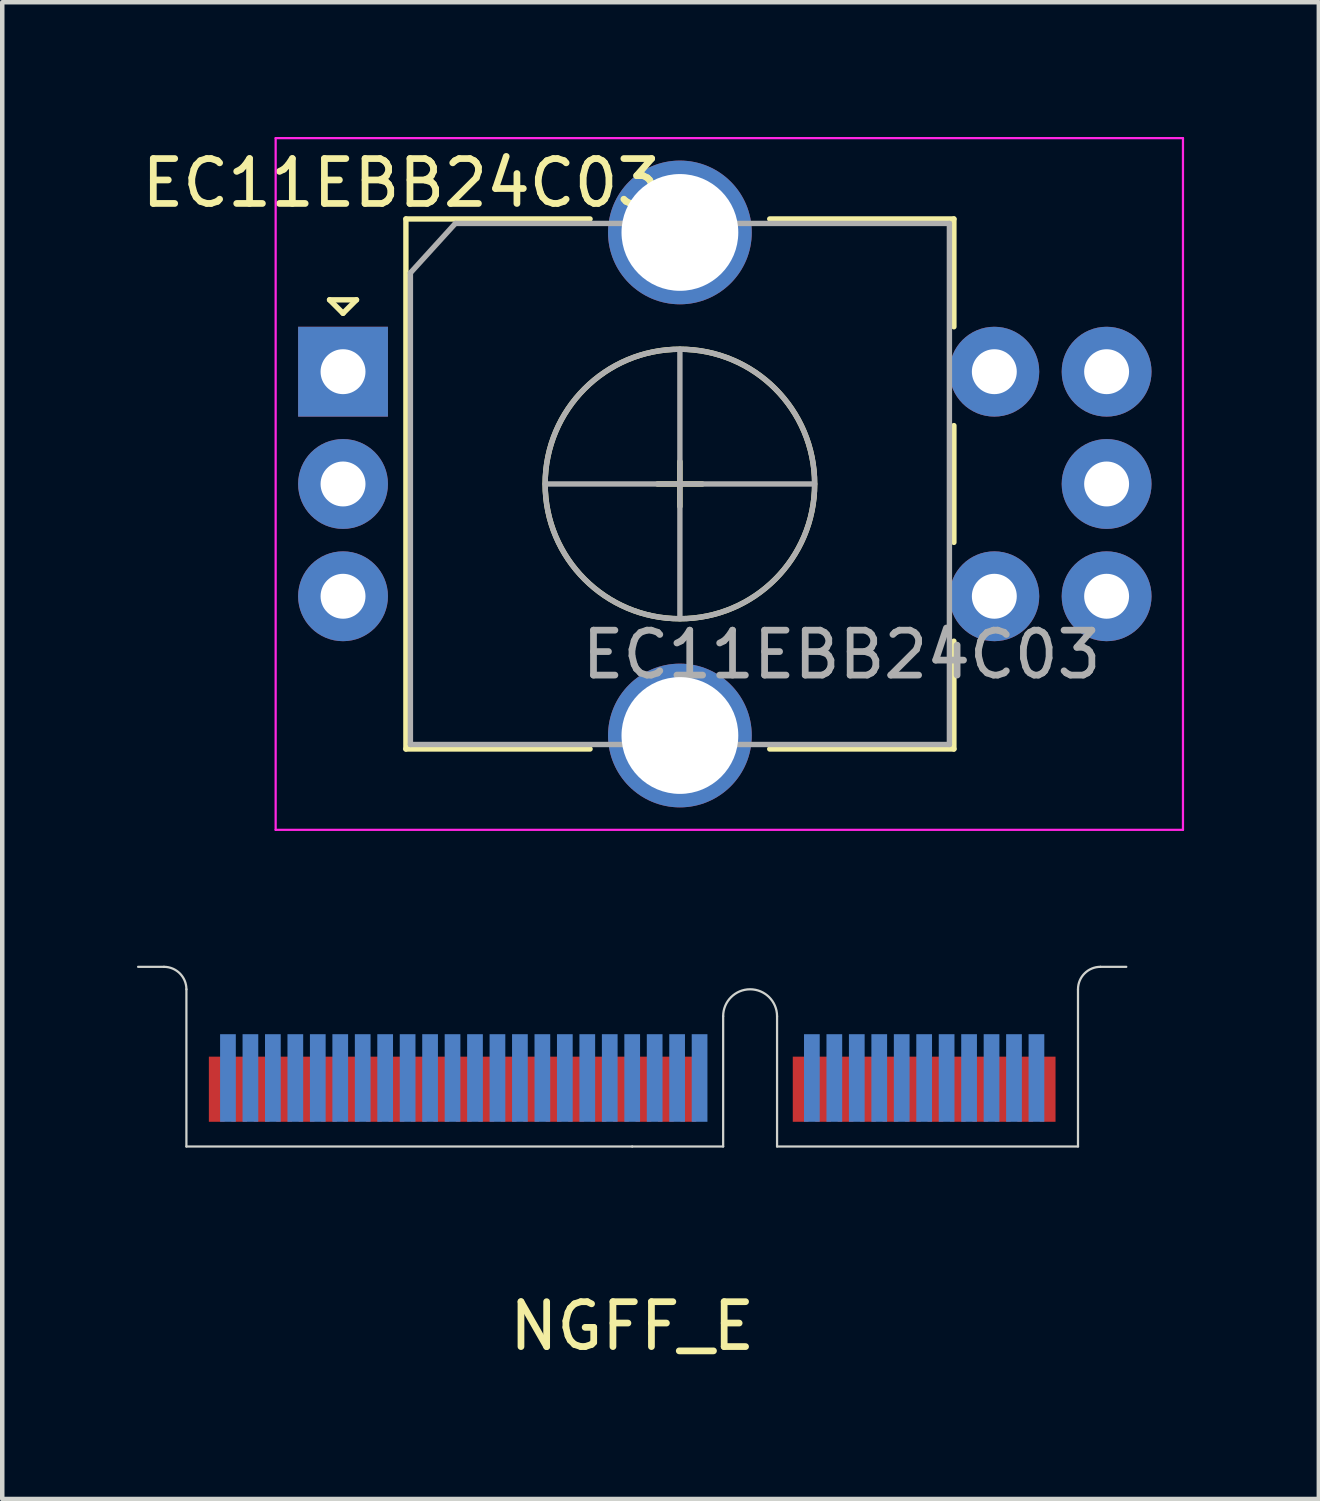
<source format=kicad_pcb>
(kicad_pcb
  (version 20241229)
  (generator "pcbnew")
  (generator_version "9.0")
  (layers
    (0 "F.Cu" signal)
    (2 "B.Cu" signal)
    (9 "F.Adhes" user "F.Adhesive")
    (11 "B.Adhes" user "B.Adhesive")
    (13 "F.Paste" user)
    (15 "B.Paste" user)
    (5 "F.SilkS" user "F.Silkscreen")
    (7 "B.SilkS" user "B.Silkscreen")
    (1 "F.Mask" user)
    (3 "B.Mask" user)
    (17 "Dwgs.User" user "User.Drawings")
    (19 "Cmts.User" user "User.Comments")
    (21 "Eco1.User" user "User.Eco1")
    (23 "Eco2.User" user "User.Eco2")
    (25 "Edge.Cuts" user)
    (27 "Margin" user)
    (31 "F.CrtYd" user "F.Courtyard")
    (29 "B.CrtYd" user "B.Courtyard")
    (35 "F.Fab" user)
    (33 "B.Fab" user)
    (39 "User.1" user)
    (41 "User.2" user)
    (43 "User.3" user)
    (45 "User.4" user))
  (footprint "NGFF_E"
    (layer "F.Cu")
    (at 11.025 22.475)
    (property "Reference" "NGFF_E" (at 0 4 0) (layer "F.SilkS") (effects (font (size 1 1) (thickness 0.15))))
    (attr smd)
    (fp_poly (pts (xy -9.925 0) (xy 2.025 0) (xy 2.025 -2) (xy -9.925 -2)) (stroke (width 0.1) (type solid)) (fill yes) (layer "F.Mask"))
    (fp_poly (pts (xy 3.225 0) (xy 9.925 0) (xy 9.925 -2) (xy 3.225 -2)) (stroke (width 0.1) (type solid)) (fill yes) (layer "F.Mask"))
    (fp_poly (pts (xy -9.925 0) (xy 2.025 0) (xy 2.025 -2.5) (xy -9.925 -2.5)) (stroke (width 0.1) (type solid)) (fill yes) (layer "B.Mask"))
    (fp_poly (pts (xy 3.225 0) (xy 9.925 0) (xy 9.925 -2.5) (xy 3.225 -2.5)) (stroke (width 0.1) (type solid)) (fill yes) (layer "B.Mask"))
    (fp_line (start -11 -4) (end -10.425 -4) (stroke (width 0.05) (type solid)) (layer "Edge.Cuts"))
    (fp_line (start -9.925 -3.5) (end -9.925 0) (stroke (width 0.05) (type solid)) (layer "Edge.Cuts"))
    (fp_line (start -9.925 0) (end 0 0) (stroke (width 0.05) (type solid)) (layer "Edge.Cuts"))
    (fp_line (start 0 0) (end 2.025 0) (stroke (width 0.05) (type solid)) (layer "Edge.Cuts"))
    (fp_line (start 2.025 0) (end 2.025 -2.9) (stroke (width 0.05) (type solid)) (layer "Edge.Cuts"))
    (fp_line (start 3.225 -2.9) (end 3.225 0) (stroke (width 0.05) (type solid)) (layer "Edge.Cuts"))
    (fp_line (start 3.225 0) (end 9.925 0) (stroke (width 0.05) (type solid)) (layer "Edge.Cuts"))
    (fp_line (start 9.925 0) (end 9.925 -3.5) (stroke (width 0.05) (type solid)) (layer "Edge.Cuts"))
    (fp_line (start 10.425 -4) (end 11 -4) (stroke (width 0.05) (type solid)) (layer "Edge.Cuts"))
    (fp_arc (start -10.425 -4) (mid -10.071447 -3.853553) (end -9.925 -3.5) (stroke (width 0.05) (type solid)) (layer "Edge.Cuts"))
    (fp_arc (start 2.025 -2.9) (mid 2.625 -3.5) (end 3.225 -2.9) (stroke (width 0.05) (type solid)) (layer "Edge.Cuts"))
    (fp_arc (start 9.925 -3.5) (mid 10.071447 -3.853553) (end 10.425 -4) (stroke (width 0.05) (type solid)) (layer "Edge.Cuts"))
    (pad "1" smd rect (at 9.25 -1.275) (size 0.35 1.45) (layers "F.Cu"))
    (pad "2" smd rect (at 9 -1.525) (size 0.35 1.95) (layers "B.Cu"))
    (pad "3" smd rect (at 8.75 -1.275) (size 0.35 1.45) (layers "F.Cu"))
    (pad "4" smd rect (at 8.5 -1.525) (size 0.35 1.95) (layers "B.Cu"))
    (pad "5" smd rect (at 8.25 -1.275) (size 0.35 1.45) (layers "F.Cu"))
    (pad "6" smd rect (at 8 -1.525) (size 0.35 1.95) (layers "B.Cu"))
    (pad "7" smd rect (at 7.75 -1.275) (size 0.35 1.45) (layers "F.Cu"))
    (pad "8" smd rect (at 7.5 -1.525) (size 0.35 1.95) (layers "B.Cu"))
    (pad "9" smd rect (at 7.25 -1.275) (size 0.35 1.45) (layers "F.Cu"))
    (pad "10" smd rect (at 7 -1.525) (size 0.35 1.95) (layers "B.Cu"))
    (pad "11" smd rect (at 6.75 -1.275) (size 0.35 1.45) (layers "F.Cu"))
    (pad "12" smd rect (at 6.5 -1.525) (size 0.35 1.95) (layers "B.Cu"))
    (pad "13" smd rect (at 6.25 -1.275) (size 0.35 1.45) (layers "F.Cu"))
    (pad "14" smd rect (at 6 -1.525) (size 0.35 1.95) (layers "B.Cu"))
    (pad "15" smd rect (at 5.75 -1.275) (size 0.35 1.45) (layers "F.Cu"))
    (pad "16" smd rect (at 5.5 -1.525) (size 0.35 1.95) (layers "B.Cu"))
    (pad "17" smd rect (at 5.25 -1.275) (size 0.35 1.45) (layers "F.Cu"))
    (pad "18" smd rect (at 5 -1.525) (size 0.35 1.95) (layers "B.Cu"))
    (pad "19" smd rect (at 4.75 -1.275) (size 0.35 1.45) (layers "F.Cu"))
    (pad "20" smd rect (at 4.5 -1.525) (size 0.35 1.95) (layers "B.Cu"))
    (pad "21" smd rect (at 4.25 -1.275) (size 0.35 1.45) (layers "F.Cu"))
    (pad "22" smd rect (at 4 -1.525) (size 0.35 1.95) (layers "B.Cu"))
    (pad "23" smd rect (at 3.75 -1.275) (size 0.35 1.45) (layers "F.Cu"))
    (pad "32" smd rect (at 1.5 -1.525) (size 0.35 1.95) (layers "B.Cu"))
    (pad "33" smd rect (at 1.25 -1.275) (size 0.35 1.45) (layers "F.Cu"))
    (pad "34" smd rect (at 1 -1.525) (size 0.35 1.95) (layers "B.Cu"))
    (pad "35" smd rect (at 0.75 -1.275) (size 0.35 1.45) (layers "F.Cu"))
    (pad "36" smd rect (at 0.5 -1.525) (size 0.35 1.95) (layers "B.Cu"))
    (pad "37" smd rect (at 0.25 -1.275) (size 0.35 1.45) (layers "F.Cu"))
    (pad "38" smd rect (at 0 -1.525) (size 0.35 1.95) (layers "B.Cu"))
    (pad "39" smd rect (at -0.25 -1.275) (size 0.35 1.45) (layers "F.Cu"))
    (pad "40" smd rect (at -0.5 -1.525) (size 0.35 1.95) (layers "B.Cu"))
    (pad "41" smd rect (at -0.75 -1.275) (size 0.35 1.45) (layers "F.Cu"))
    (pad "42" smd rect (at -1 -1.525) (size 0.35 1.95) (layers "B.Cu"))
    (pad "43" smd rect (at -1.25 -1.275) (size 0.35 1.45) (layers "F.Cu"))
    (pad "44" smd rect (at -1.5 -1.525) (size 0.35 1.95) (layers "B.Cu"))
    (pad "45" smd rect (at -1.75 -1.275) (size 0.35 1.45) (layers "F.Cu"))
    (pad "46" smd rect (at -2 -1.525) (size 0.35 1.95) (layers "B.Cu"))
    (pad "47" smd rect (at -2.25 -1.275) (size 0.35 1.45) (layers "F.Cu"))
    (pad "48" smd rect (at -2.5 -1.525) (size 0.35 1.95) (layers "B.Cu"))
    (pad "49" smd rect (at -2.75 -1.275) (size 0.35 1.45) (layers "F.Cu"))
    (pad "50" smd rect (at -3 -1.525) (size 0.35 1.95) (layers "B.Cu"))
    (pad "51" smd rect (at -3.25 -1.275) (size 0.35 1.45) (layers "F.Cu"))
    (pad "52" smd rect (at -3.5 -1.525) (size 0.35 1.95) (layers "B.Cu"))
    (pad "53" smd rect (at -3.75 -1.275) (size 0.35 1.45) (layers "F.Cu"))
    (pad "54" smd rect (at -4 -1.525) (size 0.35 1.95) (layers "B.Cu"))
    (pad "55" smd rect (at -4.25 -1.275) (size 0.35 1.45) (layers "F.Cu"))
    (pad "56" smd rect (at -4.5 -1.525) (size 0.35 1.95) (layers "B.Cu"))
    (pad "57" smd rect (at -4.75 -1.275) (size 0.35 1.45) (layers "F.Cu"))
    (pad "58" smd rect (at -5 -1.525) (size 0.35 1.95) (layers "B.Cu"))
    (pad "59" smd rect (at -5.25 -1.275) (size 0.35 1.45) (layers "F.Cu"))
    (pad "60" smd rect (at -5.5 -1.525) (size 0.35 1.95) (layers "B.Cu"))
    (pad "61" smd rect (at -5.75 -1.275) (size 0.35 1.45) (layers "F.Cu"))
    (pad "62" smd rect (at -6 -1.525) (size 0.35 1.95) (layers "B.Cu"))
    (pad "63" smd rect (at -6.25 -1.275) (size 0.35 1.45) (layers "F.Cu"))
    (pad "64" smd rect (at -6.5 -1.525) (size 0.35 1.95) (layers "B.Cu"))
    (pad "65" smd rect (at -6.75 -1.275) (size 0.35 1.45) (layers "F.Cu"))
    (pad "66" smd rect (at -7 -1.525) (size 0.35 1.95) (layers "B.Cu"))
    (pad "67" smd rect (at -7.25 -1.275) (size 0.35 1.45) (layers "F.Cu"))
    (pad "68" smd rect (at -7.5 -1.525) (size 0.35 1.95) (layers "B.Cu"))
    (pad "69" smd rect (at -7.75 -1.275) (size 0.35 1.45) (layers "F.Cu"))
    (pad "70" smd rect (at -8 -1.525) (size 0.35 1.95) (layers "B.Cu"))
    (pad "71" smd rect (at -8.25 -1.275) (size 0.35 1.45) (layers "F.Cu"))
    (pad "72" smd rect (at -8.5 -1.525) (size 0.35 1.95) (layers "B.Cu"))
    (pad "73" smd rect (at -8.75 -1.275) (size 0.35 1.45) (layers "F.Cu"))
    (pad "74" smd rect (at -9 -1.525) (size 0.35 1.95) (layers "B.Cu"))
    (pad "75" smd rect (at -9.25 -1.275) (size 0.35 1.45) (layers "F.Cu")))
  (footprint "EC11EBB24C03"
    (layer "F.Cu")
    (at 4.587 5.225)
    (property "Reference" "EC11EBB24C03" (at 1.3 -4.2 0) (unlocked yes) (layer "F.SilkS") (effects (font (size 1 1) (thickness 0.15))))
    (attr through_hole)
    (fp_line (start -0.3 -1.6) (end 0.3 -1.6) (stroke (width 0.12) (type solid)) (layer "F.SilkS"))
    (fp_line (start 0 -1.3) (end -0.3 -1.6) (stroke (width 0.12) (type solid)) (layer "F.SilkS"))
    (fp_line (start 0.3 -1.6) (end 0 -1.3) (stroke (width 0.12) (type solid)) (layer "F.SilkS"))
    (fp_line (start 1.4 -3.4) (end 1.4 8.4) (stroke (width 0.12) (type solid)) (layer "F.SilkS"))
    (fp_line (start 5.5 -3.4) (end 1.4 -3.4) (stroke (width 0.12) (type solid)) (layer "F.SilkS"))
    (fp_line (start 5.5 8.4) (end 1.4 8.4) (stroke (width 0.12) (type solid)) (layer "F.SilkS"))
    (fp_line (start 7 2.5) (end 8 2.5) (stroke (width 0.12) (type solid)) (layer "F.SilkS"))
    (fp_line (start 7.5 2) (end 7.5 3) (stroke (width 0.12) (type solid)) (layer "F.SilkS"))
    (fp_line (start 9.5 -3.4) (end 13.6 -3.4) (stroke (width 0.12) (type solid)) (layer "F.SilkS"))
    (fp_line (start 13.6 -3.4) (end 13.6 -1) (stroke (width 0.12) (type solid)) (layer "F.SilkS"))
    (fp_line (start 13.6 1.2) (end 13.6 3.8) (stroke (width 0.12) (type solid)) (layer "F.SilkS"))
    (fp_line (start 13.6 6) (end 13.6 8.4) (stroke (width 0.12) (type solid)) (layer "F.SilkS"))
    (fp_line (start 13.6 8.4) (end 9.5 8.4) (stroke (width 0.12) (type solid)) (layer "F.SilkS"))
    (fp_circle (center 7.5 2.5) (end 10.5 2.5) (stroke (width 0.12) (type solid)) (fill no) (layer "F.SilkS"))
    (fp_line (start -1.5 -5.2) (end -1.5 10.2) (stroke (width 0.05) (type solid)) (layer "F.CrtYd"))
    (fp_line (start -1.5 -5.2) (end 18.7 -5.2) (stroke (width 0.05) (type solid)) (layer "F.CrtYd"))
    (fp_line (start 18.7 10.2) (end -1.5 10.2) (stroke (width 0.05) (type solid)) (layer "F.CrtYd"))
    (fp_line (start 18.7 10.2) (end 18.7 -5.2) (stroke (width 0.05) (type solid)) (layer "F.CrtYd"))
    (fp_line (start 1.5 -2.2) (end 2.5 -3.3) (stroke (width 0.12) (type solid)) (layer "F.Fab"))
    (fp_line (start 1.5 8.3) (end 1.5 -2.2) (stroke (width 0.12) (type solid)) (layer "F.Fab"))
    (fp_line (start 2.5 -3.3) (end 13.5 -3.3) (stroke (width 0.12) (type solid)) (layer "F.Fab"))
    (fp_line (start 4.5 2.5) (end 10.5 2.5) (stroke (width 0.12) (type solid)) (layer "F.Fab"))
    (fp_line (start 7.5 -0.5) (end 7.5 5.5) (stroke (width 0.12) (type solid)) (layer "F.Fab"))
    (fp_line (start 13.5 -3.3) (end 13.5 8.3) (stroke (width 0.12) (type solid)) (layer "F.Fab"))
    (fp_line (start 13.5 8.3) (end 1.5 8.3) (stroke (width 0.12) (type solid)) (layer "F.Fab"))
    (fp_circle (center 7.5 2.5) (end 10.5 2.5) (stroke (width 0.12) (type solid)) (fill no) (layer "F.Fab"))
    (fp_text user "${REFERENCE}" (at 11.1 6.3 0) (layer "F.Fab") (effects (font (size 1 1) (thickness 0.15))))
    (pad "A" thru_hole rect (at 0 0) (size 2 2) (drill 1) (layers "*.Cu" "*.Mask"))
    (pad "A'" thru_hole circle (at 17 0) (size 2 2) (drill 1) (layers "*.Cu" "*.Mask"))
    (pad "B" thru_hole circle (at 0 5) (size 2 2) (drill 1) (layers "*.Cu" "*.Mask"))
    (pad "B'" thru_hole circle (at 17 5) (size 2 2) (drill 1) (layers "*.Cu" "*.Mask"))
    (pad "C" thru_hole circle (at 0 2.5) (size 2 2) (drill 1) (layers "*.Cu" "*.Mask"))
    (pad "C'" thru_hole circle (at 17 2.5) (size 2 2) (drill 1) (layers "*.Cu" "*.Mask"))
    (pad "MP" thru_hole circle (at 7.5 -3.1) (size 3.2 3.2) (drill 2.6) (layers "*.Cu" "*.Mask"))
    (pad "MP" thru_hole circle (at 7.5 8.1) (size 3.2 3.2) (drill 2.6) (layers "*.Cu" "*.Mask"))
    (pad "S1" thru_hole circle (at 14.5 5) (size 2 2) (drill 1) (layers "*.Cu" "*.Mask"))
    (pad "S2" thru_hole circle (at 14.5 0) (size 2 2) (drill 1) (layers "*.Cu" "*.Mask")))
  (gr_rect
    (start -3 -3)
    (end 26.312 30.323)
    (stroke (width 0.1) (type default))
    (fill no)
    (layer "Edge.Cuts")))
</source>
